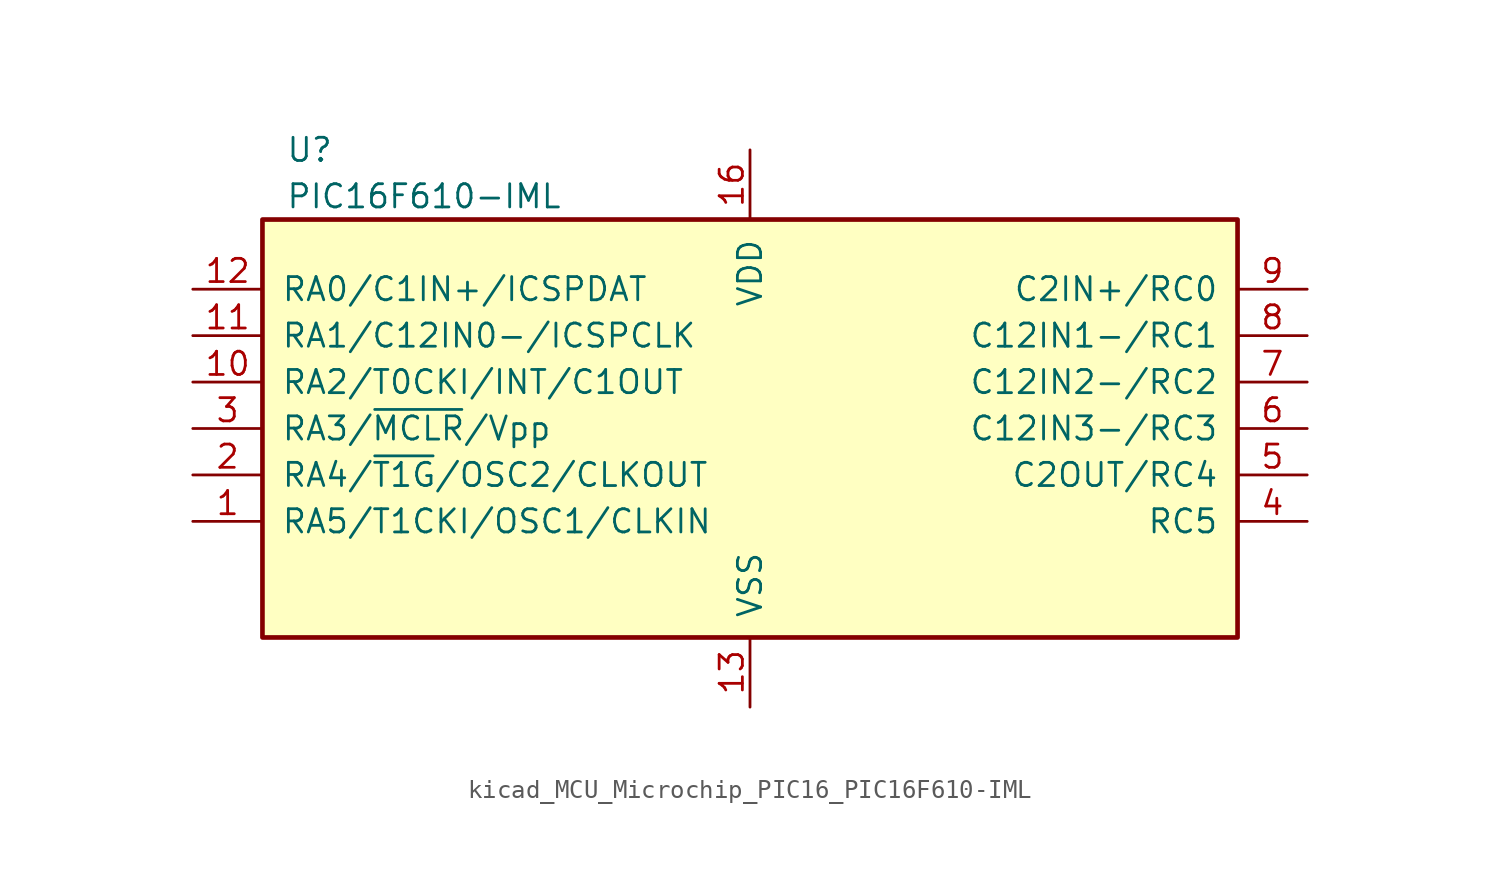
<source format=kicad_sym>
(kicad_symbol_lib
  (version 20220914)
  (generator kicad_symbol_editor)
  (symbol "kicad_MCU_Microchip_PIC16_PIC16F610-IML"
    (pin_names
      (offset 1.016))
    (property "Reference" "U"
      (at -25.4 15.24 0)
      (effects (font (size 1.27 1.27)) (justify left)))
    (property "Value" "PIC16F610-IML"
      (at -25.4 12.7 0)
      (effects (font (size 1.27 1.27)) (justify left)))
    (symbol "kicad_MCU_Microchip_PIC16_PIC16F610-IML_0_1"
      (rectangle (start -26.67 11.43) (end 26.67 -11.43) (stroke (width 0.254) (type default)) (fill (type background))))
    (symbol "kicad_MCU_Microchip_PIC16_PIC16F610-IML_1_1"
      (pin bidirectional line (at -30.48 -5.08 0) (length 3.81) (name "RA5/T1CKI/OSC1/CLKIN" (effects (font (size 1.27 1.27)))) (number "1" (effects (font (size 1.27 1.27)))))
      (pin bidirectional line (at -30.48 2.54 0) (length 3.81) (name "RA2/T0CKI/INT/C1OUT" (effects (font (size 1.27 1.27)))) (number "10" (effects (font (size 1.27 1.27)))))
      (pin bidirectional line (at -30.48 5.08 0) (length 3.81) (name "RA1/C12IN0-/ICSPCLK" (effects (font (size 1.27 1.27)))) (number "11" (effects (font (size 1.27 1.27)))))
      (pin bidirectional line (at -30.48 7.62 0) (length 3.81) (name "RA0/C1IN+/ICSPDAT" (effects (font (size 1.27 1.27)))) (number "12" (effects (font (size 1.27 1.27)))))
      (pin power_in line (at 0 -15.24 90) (length 3.81) (name "VSS" (effects (font (size 1.27 1.27)))) (number "13" (effects (font (size 1.27 1.27)))))
      (pin power_in line (at 0 15.24 270) (length 3.81) (name "VDD" (effects (font (size 1.27 1.27)))) (number "16" (effects (font (size 1.27 1.27)))))
      (pin bidirectional line (at -30.48 -2.54 0) (length 3.81) (name "RA4/~{T1G}/OSC2/CLKOUT" (effects (font (size 1.27 1.27)))) (number "2" (effects (font (size 1.27 1.27)))))
      (pin input line (at -30.48 0 0) (length 3.81) (name "RA3/~{MCLR}/Vpp" (effects (font (size 1.27 1.27)))) (number "3" (effects (font (size 1.27 1.27)))))
      (pin bidirectional line (at 30.48 -5.08 180) (length 3.81) (name "RC5" (effects (font (size 1.27 1.27)))) (number "4" (effects (font (size 1.27 1.27)))))
      (pin bidirectional line (at 30.48 -2.54 180) (length 3.81) (name "C2OUT/RC4" (effects (font (size 1.27 1.27)))) (number "5" (effects (font (size 1.27 1.27)))))
      (pin bidirectional line (at 30.48 0 180) (length 3.81) (name "C12IN3-/RC3" (effects (font (size 1.27 1.27)))) (number "6" (effects (font (size 1.27 1.27)))))
      (pin bidirectional line (at 30.48 2.54 180) (length 3.81) (name "C12IN2-/RC2" (effects (font (size 1.27 1.27)))) (number "7" (effects (font (size 1.27 1.27)))))
      (pin bidirectional line (at 30.48 5.08 180) (length 3.81) (name "C12IN1-/RC1" (effects (font (size 1.27 1.27)))) (number "8" (effects (font (size 1.27 1.27)))))
      (pin bidirectional line (at 30.48 7.62 180) (length 3.81) (name "C2IN+/RC0" (effects (font (size 1.27 1.27)))) (number "9" (effects (font (size 1.27 1.27))))))))
</source>
